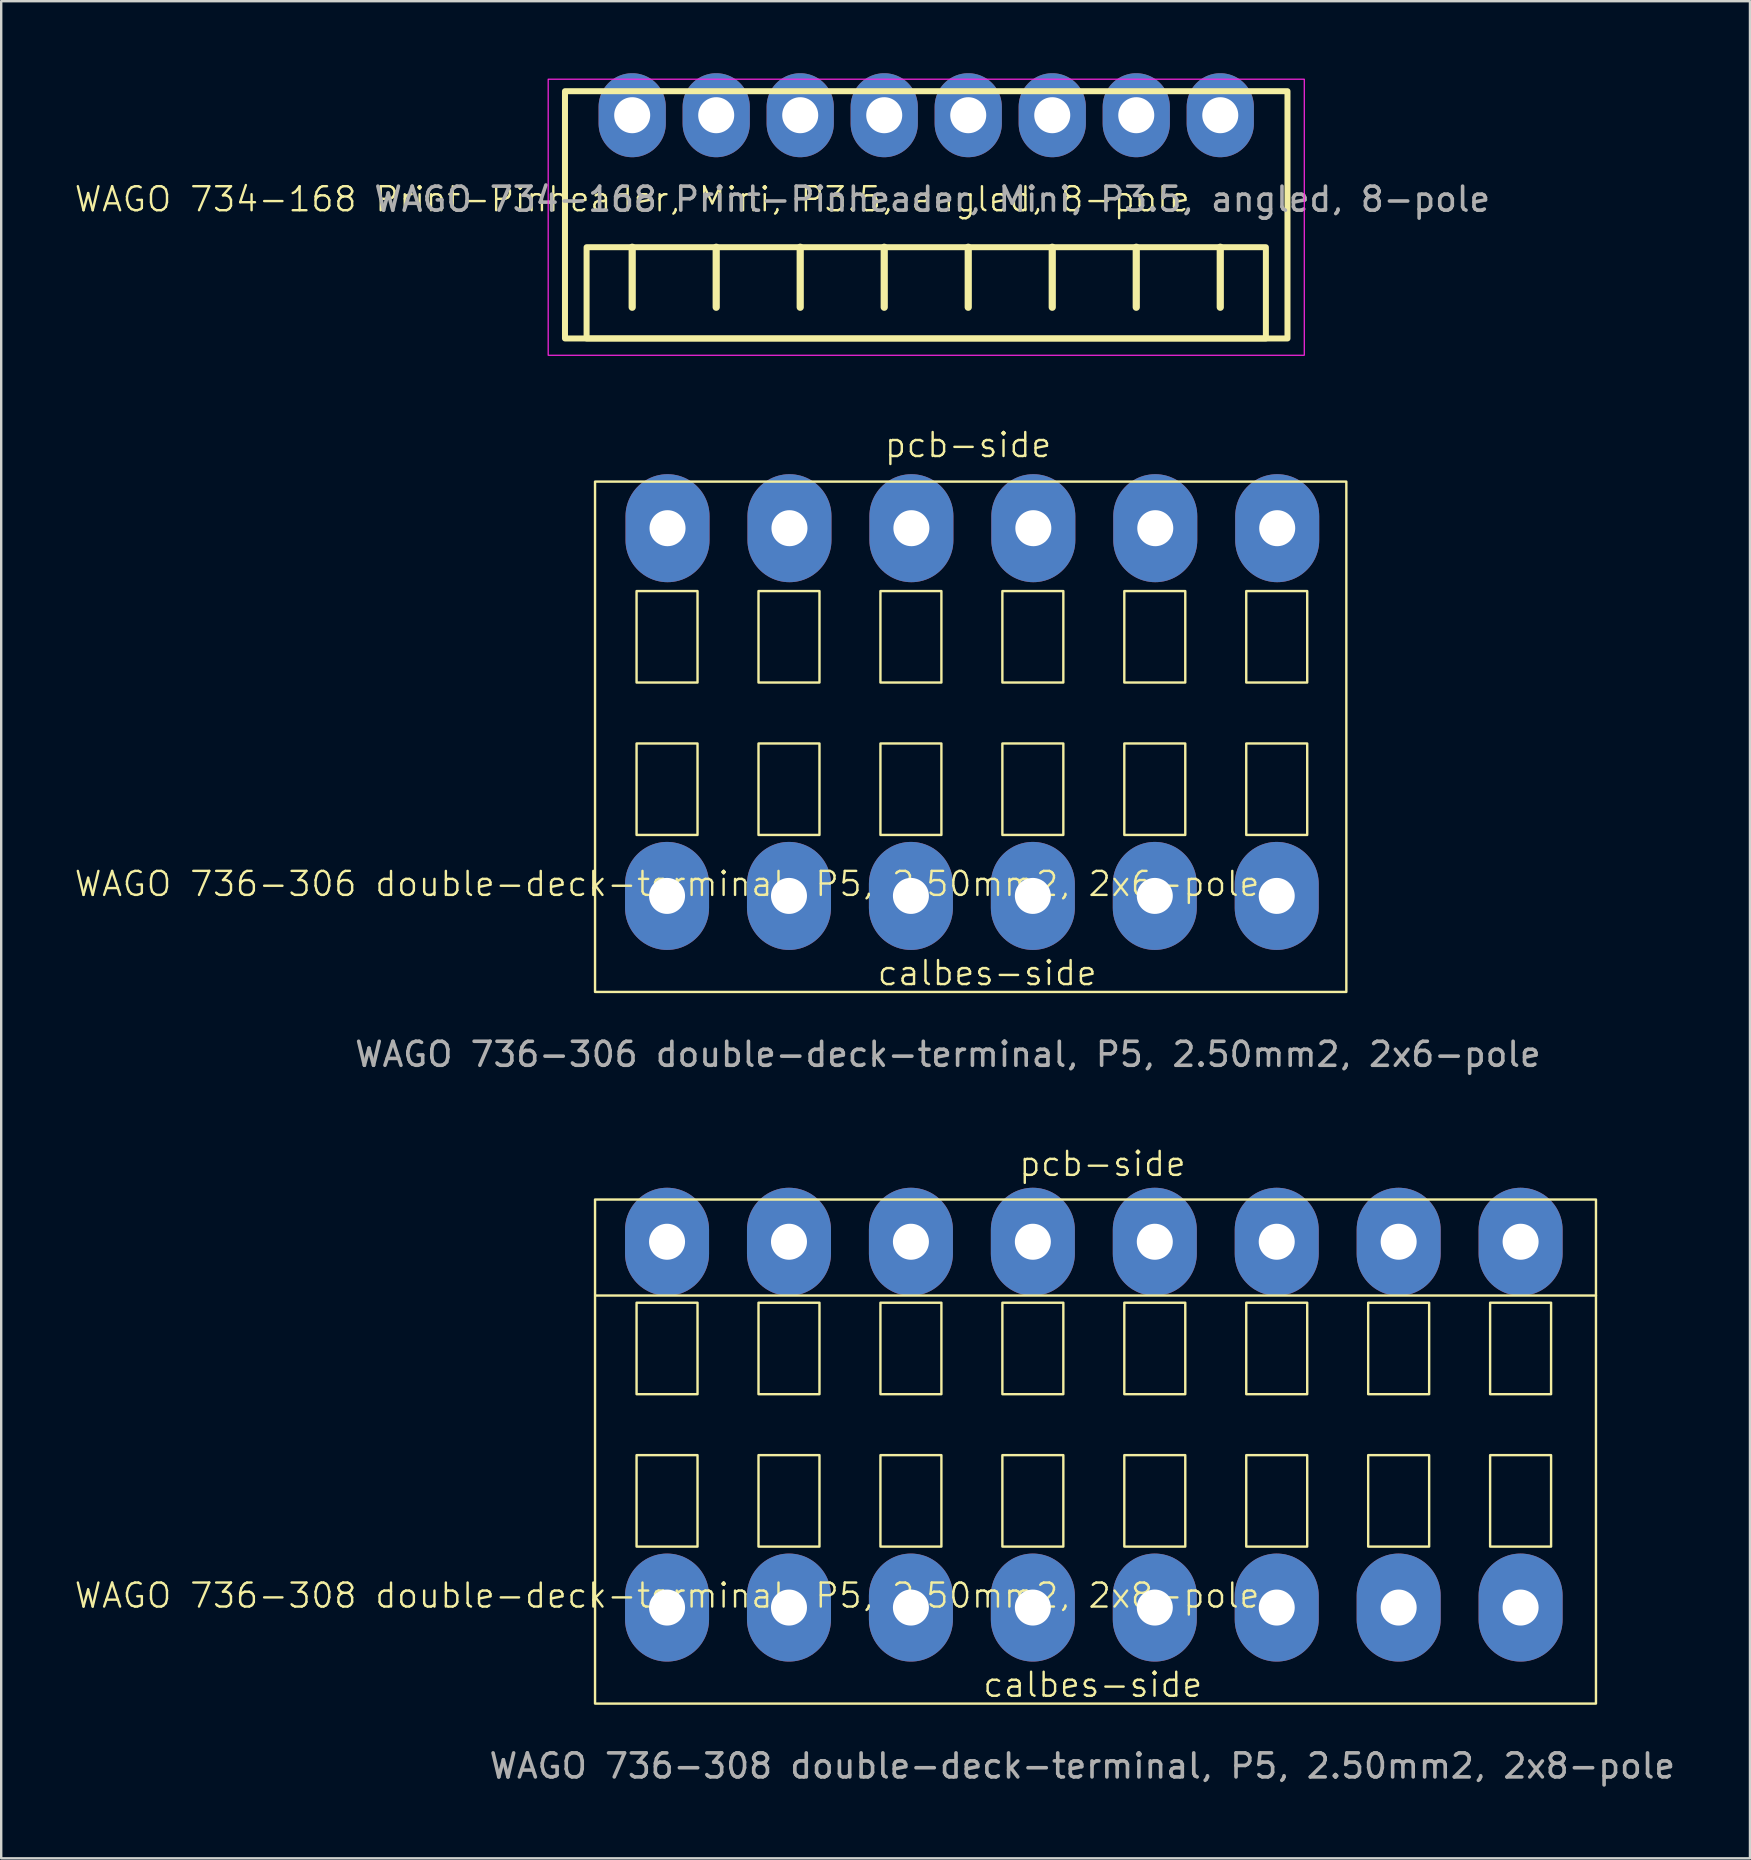
<source format=kicad_pcb>
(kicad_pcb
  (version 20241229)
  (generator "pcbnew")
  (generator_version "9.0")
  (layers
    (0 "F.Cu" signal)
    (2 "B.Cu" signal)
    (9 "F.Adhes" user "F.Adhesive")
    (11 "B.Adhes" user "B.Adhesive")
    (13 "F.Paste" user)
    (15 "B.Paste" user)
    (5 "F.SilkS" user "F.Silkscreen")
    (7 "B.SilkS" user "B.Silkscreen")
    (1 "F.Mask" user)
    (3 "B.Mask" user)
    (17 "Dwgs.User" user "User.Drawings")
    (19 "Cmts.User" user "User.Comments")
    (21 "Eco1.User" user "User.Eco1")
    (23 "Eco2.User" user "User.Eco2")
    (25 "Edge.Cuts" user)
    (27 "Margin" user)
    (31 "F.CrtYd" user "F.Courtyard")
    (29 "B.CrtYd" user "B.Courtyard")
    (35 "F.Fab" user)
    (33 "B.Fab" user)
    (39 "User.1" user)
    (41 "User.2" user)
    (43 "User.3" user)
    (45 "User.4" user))
  (footprint "WAGO 734-168 Print-Pinheader, Mini, P3.5, angled, 8-pole"
    (layer "F.Cu")
    (at 23.288 1.75)
    (property "Reference" "WAGO 734-168 Print-Pinheader, Mini, P3.5, angled, 8-pole" (at 0 3.5 0) (unlocked yes) (layer "F.SilkS") (effects (font (size 1 1) (thickness 0.1))))
    (attr through_hole)
    (fp_line (start 0 8) (end 0 5.5) (stroke (width 0.3) (type default)) (layer "F.SilkS"))
    (fp_line (start 3.5 8) (end 3.5 5.5) (stroke (width 0.3) (type default)) (layer "F.SilkS"))
    (fp_line (start 7 8) (end 7 5.5) (stroke (width 0.3) (type default)) (layer "F.SilkS"))
    (fp_line (start 10.5 8) (end 10.5 5.5) (stroke (width 0.3) (type default)) (layer "F.SilkS"))
    (fp_line (start 14 8) (end 14 5.5) (stroke (width 0.3) (type default)) (layer "F.SilkS"))
    (fp_line (start 17.5 8) (end 17.5 5.5) (stroke (width 0.3) (type default)) (layer "F.SilkS"))
    (fp_line (start 21 8) (end 21 5.5) (stroke (width 0.3) (type default)) (layer "F.SilkS"))
    (fp_line (start 24.5 8) (end 24.5 5.5) (stroke (width 0.3) (type default)) (layer "F.SilkS"))
    (fp_rect (start -2.8 -1) (end 27.3 9.3) (stroke (width 0.25) (type default)) (fill no) (layer "F.SilkS"))
    (fp_rect (start -1.9 5.5) (end 26.4 9.3) (stroke (width 0.25) (type default)) (fill no) (layer "F.SilkS"))
    (fp_rect (start -3.5 -1.5) (end 28 10) (stroke (width 0.05) (type default)) (fill no) (layer "F.CrtYd"))
    (fp_text user "${REFERENCE}" (at 12.5 3.5 0) (unlocked yes) (layer "F.Fab") (effects (font (size 1 1) (thickness 0.15))))
    (pad "1" thru_hole oval (at 0 0) (size 2.8 3.5) (drill 1.5) (layers "*.Cu" "*.Mask"))
    (pad "2" thru_hole oval (at 3.5 0) (size 2.8 3.5) (drill 1.5) (layers "*.Cu" "*.Mask"))
    (pad "3" thru_hole oval (at 7 0) (size 2.8 3.5) (drill 1.5) (layers "*.Cu" "*.Mask"))
    (pad "4" thru_hole oval (at 10.5 0) (size 2.8 3.5) (drill 1.5) (layers "*.Cu" "*.Mask"))
    (pad "5" thru_hole oval (at 14 0) (size 2.8 3.5) (drill 1.5) (layers "*.Cu" "*.Mask"))
    (pad "6" thru_hole oval (at 17.5 0) (size 2.8 3.5) (drill 1.5) (layers "*.Cu" "*.Mask"))
    (pad "7" thru_hole oval (at 21 0) (size 2.8 3.5) (drill 1.5) (layers "*.Cu" "*.Mask"))
    (pad "8" thru_hole oval (at 24.5 0) (size 2.8 3.5) (drill 1.5) (layers "*.Cu" "*.Mask")))
  (footprint "WAGO 736-308 double-deck-terminal, P5, 2.50mm2, 2x8-pole"
    (layer "F.Cu")
    (at 42.44 56.423)
    (property "Reference" "WAGO 736-308 double-deck-terminal, P5, 2.50mm2, 2x8-pole" (at -17.7 7 0) (unlocked yes) (layer "F.SilkS") (effects (font (size 1 1) (thickness 0.1))))
    (attr through_hole)
    (fp_line (start -20.65 -5.5) (end 21 -5.5) (stroke (width 0.1) (type default)) (layer "F.SilkS"))
    (fp_rect (start -20.7 -9.5) (end 21 11.5) (stroke (width 0.1) (type default)) (fill no) (layer "F.SilkS"))
    (fp_rect (start -18.97 -5.2) (end -16.43 -1.39) (stroke (width 0.1) (type default)) (fill no) (layer "F.SilkS"))
    (fp_rect (start -18.97 1.15) (end -16.43 4.96) (stroke (width 0.1) (type default)) (fill no) (layer "F.SilkS"))
    (fp_rect (start -13.89 -5.2) (end -11.35 -1.39) (stroke (width 0.1) (type default)) (fill no) (layer "F.SilkS"))
    (fp_rect (start -13.89 1.15) (end -11.35 4.96) (stroke (width 0.1) (type default)) (fill no) (layer "F.SilkS"))
    (fp_rect (start -8.81 -5.2) (end -6.27 -1.39) (stroke (width 0.1) (type default)) (fill no) (layer "F.SilkS"))
    (fp_rect (start -8.81 1.15) (end -6.27 4.96) (stroke (width 0.1) (type default)) (fill no) (layer "F.SilkS"))
    (fp_rect (start -3.73 -5.2) (end -1.19 -1.39) (stroke (width 0.1) (type default)) (fill no) (layer "F.SilkS"))
    (fp_rect (start -3.73 1.15) (end -1.19 4.96) (stroke (width 0.1) (type default)) (fill no) (layer "F.SilkS"))
    (fp_rect (start 1.35 -5.2) (end 3.89 -1.39) (stroke (width 0.1) (type default)) (fill no) (layer "F.SilkS"))
    (fp_rect (start 1.35 1.15) (end 3.89 4.96) (stroke (width 0.1) (type default)) (fill no) (layer "F.SilkS"))
    (fp_rect (start 6.43 -5.2) (end 8.97 -1.39) (stroke (width 0.1) (type default)) (fill no) (layer "F.SilkS"))
    (fp_rect (start 6.43 1.15) (end 8.97 4.96) (stroke (width 0.1) (type default)) (fill no) (layer "F.SilkS"))
    (fp_rect (start 11.51 -5.2) (end 14.05 -1.39) (stroke (width 0.1) (type default)) (fill no) (layer "F.SilkS"))
    (fp_rect (start 11.51 1.15) (end 14.05 4.96) (stroke (width 0.1) (type default)) (fill no) (layer "F.SilkS"))
    (fp_rect (start 16.59 -5.2) (end 19.13 -1.39) (stroke (width 0.1) (type default)) (fill no) (layer "F.SilkS"))
    (fp_rect (start 16.59 1.15) (end 19.13 4.96) (stroke (width 0.1) (type default)) (fill no) (layer "F.SilkS"))
    (fp_text user "calbes-side" (at -4.6 11.3 0) (unlocked yes) (layer "F.SilkS") (effects (font (size 1 1) (thickness 0.1)) (justify left bottom)))
    (fp_text user "pcb-side" (at -3.1 -10.4 0) (unlocked yes) (layer "F.SilkS") (effects (font (size 1 1) (thickness 0.1)) (justify left bottom)))
    (fp_text user "${REFERENCE}" (at -0.4 14.1 0) (unlocked yes) (layer "F.Fab") (effects (font (size 1 1) (thickness 0.15))))
    (pad "1" thru_hole oval (at -17.7 7.5) (size 3.5 4.5) (drill 1.5) (layers "*.Cu" "*.Mask"))
    (pad "2" thru_hole oval (at -12.62 7.5) (size 3.5 4.5) (drill 1.5) (layers "*.Cu" "*.Mask"))
    (pad "3" thru_hole oval (at -7.54 7.5) (size 3.5 4.5) (drill 1.5) (layers "*.Cu" "*.Mask"))
    (pad "4" thru_hole oval (at -2.46 7.5) (size 3.5 4.5) (drill 1.5) (layers "*.Cu" "*.Mask"))
    (pad "5" thru_hole oval (at 2.62 7.5) (size 3.5 4.5) (drill 1.5) (layers "*.Cu" "*.Mask"))
    (pad "6" thru_hole oval (at 7.7 7.5) (size 3.5 4.5) (drill 1.5) (layers "*.Cu" "*.Mask"))
    (pad "7" thru_hole oval (at 12.78 7.5) (size 3.5 4.5) (drill 1.5) (layers "*.Cu" "*.Mask"))
    (pad "8" thru_hole oval (at 17.86 7.5) (size 3.5 4.5) (drill 1.5) (layers "*.Cu" "*.Mask"))
    (pad "9" thru_hole oval (at -17.7 -7.74) (size 3.5 4.5) (drill 1.5) (layers "*.Cu" "*.Mask"))
    (pad "10" thru_hole oval (at -12.62 -7.74) (size 3.5 4.5) (drill 1.5) (layers "*.Cu" "*.Mask"))
    (pad "11" thru_hole oval (at -7.54 -7.74) (size 3.5 4.5) (drill 1.5) (layers "*.Cu" "*.Mask"))
    (pad "12" thru_hole oval (at -2.46 -7.74) (size 3.5 4.5) (drill 1.5) (layers "*.Cu" "*.Mask"))
    (pad "13" thru_hole oval (at 2.62 -7.74) (size 3.5 4.5) (drill 1.5) (layers "*.Cu" "*.Mask"))
    (pad "14" thru_hole oval (at 7.7 -7.74) (size 3.5 4.5) (drill 1.5) (layers "*.Cu" "*.Mask"))
    (pad "15" thru_hole oval (at 12.78 -7.74) (size 3.5 4.5) (drill 1.5) (layers "*.Cu" "*.Mask"))
    (pad "16" thru_hole oval (at 17.86 -7.74) (size 3.5 4.5) (drill 1.5) (layers "*.Cu" "*.Mask")))
  (footprint "WAGO 736-306 double-deck-terminal, P5, 2.50mm2, 2x6-pole"
    (layer "F.Cu")
    (at 42.54 26.575)
    (property "Reference" "WAGO 736-306 double-deck-terminal, P5, 2.50mm2, 2x6-pole" (at -17.8 7.2 0) (unlocked yes) (layer "F.SilkS") (effects (font (size 1 1) (thickness 0.1))))
    (attr through_hole)
    (fp_rect (start -20.8 -9.56) (end 10.5 11.7) (stroke (width 0.1) (type default)) (fill no) (layer "F.SilkS"))
    (fp_rect (start -19.07 -5) (end -16.53 -1.19) (stroke (width 0.1) (type default)) (fill no) (layer "F.SilkS"))
    (fp_rect (start -19.07 1.35) (end -16.53 5.16) (stroke (width 0.1) (type default)) (fill no) (layer "F.SilkS"))
    (fp_rect (start -13.99 -5) (end -11.45 -1.19) (stroke (width 0.1) (type default)) (fill no) (layer "F.SilkS"))
    (fp_rect (start -13.99 1.35) (end -11.45 5.16) (stroke (width 0.1) (type default)) (fill no) (layer "F.SilkS"))
    (fp_rect (start -8.91 -5) (end -6.37 -1.19) (stroke (width 0.1) (type default)) (fill no) (layer "F.SilkS"))
    (fp_rect (start -8.91 1.35) (end -6.37 5.16) (stroke (width 0.1) (type default)) (fill no) (layer "F.SilkS"))
    (fp_rect (start -3.83 -5) (end -1.29 -1.19) (stroke (width 0.1) (type default)) (fill no) (layer "F.SilkS"))
    (fp_rect (start -3.83 1.35) (end -1.29 5.16) (stroke (width 0.1) (type default)) (fill no) (layer "F.SilkS"))
    (fp_rect (start 1.25 -5) (end 3.79 -1.19) (stroke (width 0.1) (type default)) (fill no) (layer "F.SilkS"))
    (fp_rect (start 1.25 1.35) (end 3.79 5.16) (stroke (width 0.1) (type default)) (fill no) (layer "F.SilkS"))
    (fp_rect (start 6.33 -5) (end 8.87 -1.19) (stroke (width 0.1) (type default)) (fill no) (layer "F.SilkS"))
    (fp_rect (start 6.33 1.35) (end 8.87 5.16) (stroke (width 0.1) (type default)) (fill no) (layer "F.SilkS"))
    (fp_text user "pcb-side" (at -8.8 -10.5 0) (unlocked yes) (layer "F.SilkS") (effects (font (size 1 1) (thickness 0.1)) (justify left bottom)))
    (fp_text user "calbes-side" (at -9.1 11.5 0) (unlocked yes) (layer "F.SilkS") (effects (font (size 1 1) (thickness 0.1)) (justify left bottom)))
    (fp_text user "${REFERENCE}" (at -6.1 14.3 0) (unlocked yes) (layer "F.Fab") (effects (font (size 1 1) (thickness 0.15))))
    (pad "1" thru_hole oval (at -17.8 7.7) (size 3.5 4.5) (drill 1.5) (layers "*.Cu" "*.Mask"))
    (pad "2" thru_hole oval (at -12.72 7.7) (size 3.5 4.5) (drill 1.5) (layers "*.Cu" "*.Mask"))
    (pad "3" thru_hole oval (at -7.64 7.7) (size 3.5 4.5) (drill 1.5) (layers "*.Cu" "*.Mask"))
    (pad "4" thru_hole oval (at -2.56 7.7) (size 3.5 4.5) (drill 1.5) (layers "*.Cu" "*.Mask"))
    (pad "5" thru_hole oval (at 2.52 7.7) (size 3.5 4.5) (drill 1.5) (layers "*.Cu" "*.Mask"))
    (pad "6" thru_hole oval (at 7.6 7.7) (size 3.5 4.5) (drill 1.5) (layers "*.Cu" "*.Mask"))
    (pad "7" thru_hole oval (at -17.78 -7.62) (size 3.5 4.5) (drill 1.5) (layers "*.Cu" "*.Mask"))
    (pad "8" thru_hole oval (at -12.7 -7.62) (size 3.5 4.5) (drill 1.5) (layers "*.Cu" "*.Mask"))
    (pad "9" thru_hole oval (at -7.62 -7.62) (size 3.5 4.5) (drill 1.5) (layers "*.Cu" "*.Mask"))
    (pad "10" thru_hole oval (at -2.54 -7.62) (size 3.5 4.5) (drill 1.5) (layers "*.Cu" "*.Mask"))
    (pad "11" thru_hole oval (at 2.54 -7.62) (size 3.5 4.5) (drill 1.5) (layers "*.Cu" "*.Mask"))
    (pad "12" thru_hole oval (at 7.62 -7.62) (size 3.5 4.5) (drill 1.5) (layers "*.Cu" "*.Mask")))
  (gr_rect
    (start -3 -3)
    (end 69.856 74.371)
    (stroke (width 0.1) (type default))
    (fill no)
    (layer "Edge.Cuts")))
</source>
